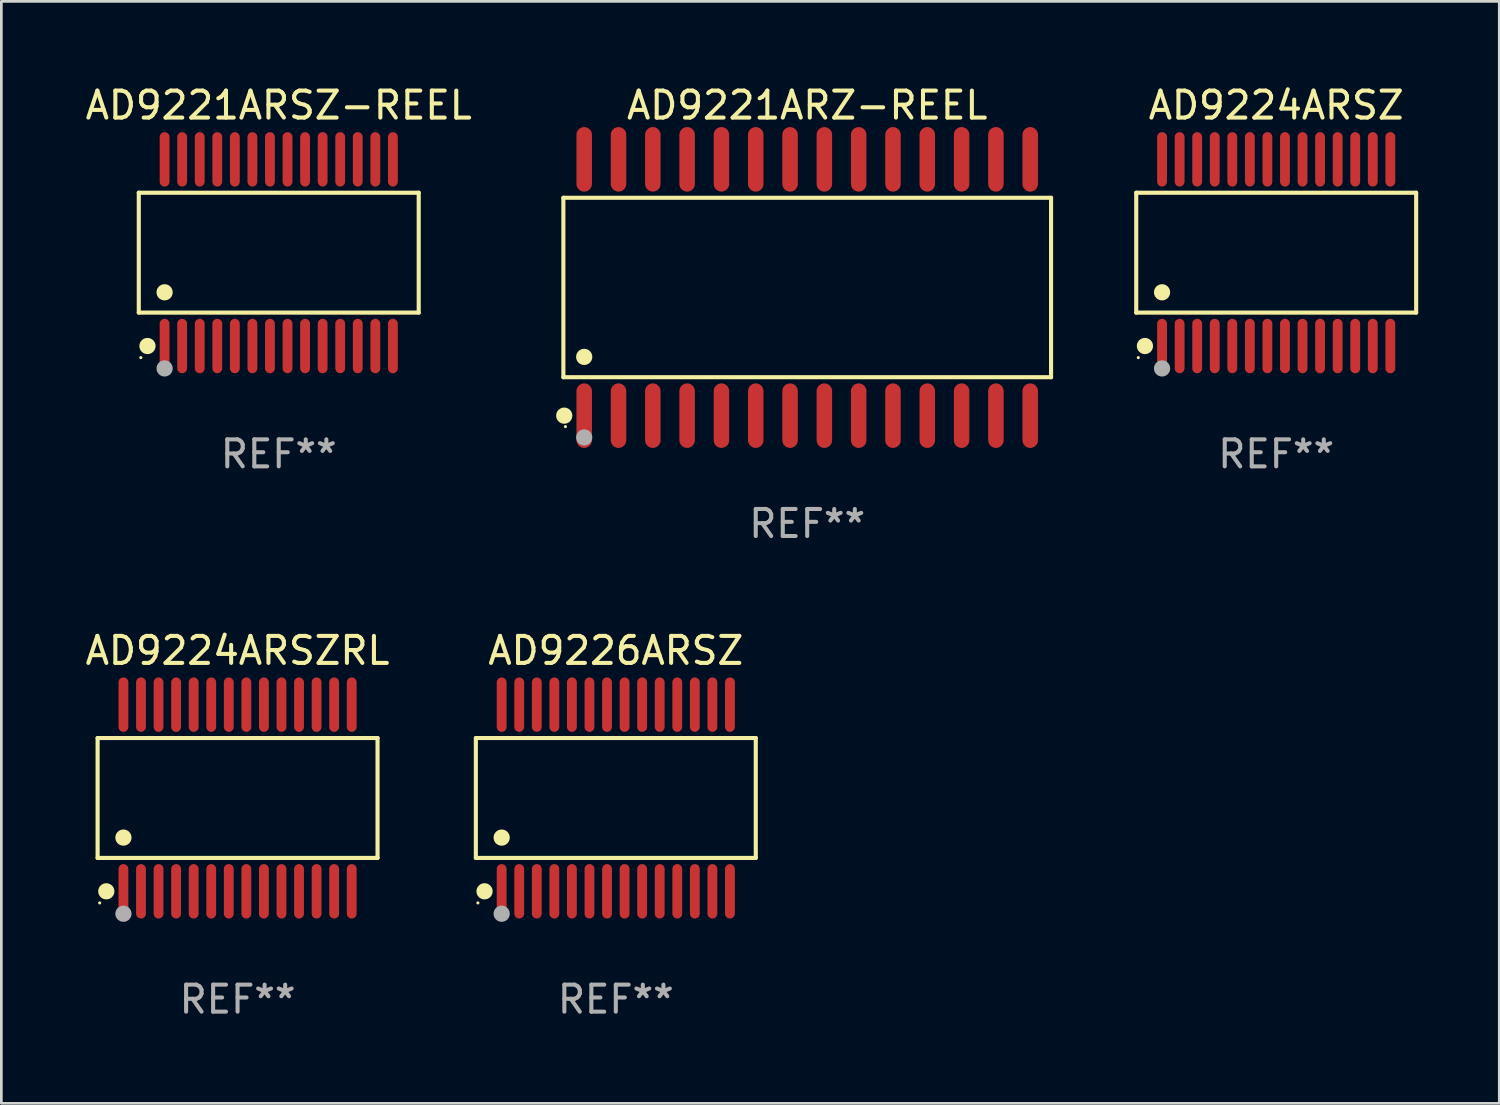
<source format=kicad_pcb>
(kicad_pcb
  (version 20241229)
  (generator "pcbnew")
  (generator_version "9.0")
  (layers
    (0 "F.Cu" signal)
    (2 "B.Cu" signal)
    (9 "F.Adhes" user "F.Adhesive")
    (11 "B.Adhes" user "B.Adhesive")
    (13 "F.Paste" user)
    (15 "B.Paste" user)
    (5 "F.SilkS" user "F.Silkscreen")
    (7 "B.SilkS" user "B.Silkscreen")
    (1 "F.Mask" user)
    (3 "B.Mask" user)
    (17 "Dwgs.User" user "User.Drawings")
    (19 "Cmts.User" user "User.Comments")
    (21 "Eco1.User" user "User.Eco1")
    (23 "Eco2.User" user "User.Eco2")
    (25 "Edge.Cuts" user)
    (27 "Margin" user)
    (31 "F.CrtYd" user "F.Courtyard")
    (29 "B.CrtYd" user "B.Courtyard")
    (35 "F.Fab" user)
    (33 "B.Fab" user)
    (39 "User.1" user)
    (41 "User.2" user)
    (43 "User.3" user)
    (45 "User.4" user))
  (footprint "AD9224ARSZ"
    (layer "F.Cu")
    (at 44.19 6.303)
    (property "Reference" "AD9224ARSZ" (at 0 -5.455 0) (layer "F.SilkS") (effects (font (size 1 1) (thickness 0.15))))
    (attr through_hole)
    (fp_line (start -5.181 -2.219) (end 5.181 -2.219) (stroke (width 0.152) (type solid)) (layer "F.SilkS"))
    (fp_line (start -5.181 2.219) (end -5.181 -2.219) (stroke (width 0.152) (type solid)) (layer "F.SilkS"))
    (fp_line (start 5.181 -2.219) (end 5.181 2.219) (stroke (width 0.152) (type solid)) (layer "F.SilkS"))
    (fp_line (start 5.181 2.219) (end -5.181 2.219) (stroke (width 0.152) (type solid)) (layer "F.SilkS"))
    (fp_circle (center -5.105 3.885) (end -5.075 3.885) (stroke (width 0.06) (type solid)) (fill no) (layer "F.SilkS"))
    (fp_circle (center -4.859 3.455) (end -4.709 3.455) (stroke (width 0.3) (type solid)) (fill no) (layer "F.SilkS"))
    (fp_circle (center -4.225 1.467) (end -4.075 1.467) (stroke (width 0.3) (type solid)) (fill no) (layer "F.SilkS"))
    (fp_circle (center -4.225 4.285) (end -4.075 4.285) (stroke (width 0.3) (type solid)) (fill no) (layer "F.Fab"))
    (fp_text user "REF**" (at 0 7.455 0) (layer "F.Fab") (effects (font (size 1 1) (thickness 0.15))))
    (pad "1" smd oval (at -4.225 3.455) (size 0.364 2.015) (layers "F.Cu" "F.Mask" "F.Paste"))
    (pad "2" smd oval (at -3.575 3.455) (size 0.364 2.015) (layers "F.Cu" "F.Mask" "F.Paste"))
    (pad "3" smd oval (at -2.925 3.455) (size 0.364 2.015) (layers "F.Cu" "F.Mask" "F.Paste"))
    (pad "4" smd oval (at -2.275 3.455) (size 0.364 2.015) (layers "F.Cu" "F.Mask" "F.Paste"))
    (pad "5" smd oval (at -1.625 3.455) (size 0.364 2.015) (layers "F.Cu" "F.Mask" "F.Paste"))
    (pad "6" smd oval (at -0.975 3.455) (size 0.364 2.015) (layers "F.Cu" "F.Mask" "F.Paste"))
    (pad "7" smd oval (at -0.325 3.455) (size 0.364 2.015) (layers "F.Cu" "F.Mask" "F.Paste"))
    (pad "8" smd oval (at 0.325 3.455) (size 0.364 2.015) (layers "F.Cu" "F.Mask" "F.Paste"))
    (pad "9" smd oval (at 0.975 3.455) (size 0.364 2.015) (layers "F.Cu" "F.Mask" "F.Paste"))
    (pad "10" smd oval (at 1.625 3.455) (size 0.364 2.015) (layers "F.Cu" "F.Mask" "F.Paste"))
    (pad "11" smd oval (at 2.275 3.455) (size 0.364 2.015) (layers "F.Cu" "F.Mask" "F.Paste"))
    (pad "12" smd oval (at 2.925 3.455) (size 0.364 2.015) (layers "F.Cu" "F.Mask" "F.Paste"))
    (pad "13" smd oval (at 3.575 3.455) (size 0.364 2.015) (layers "F.Cu" "F.Mask" "F.Paste"))
    (pad "14" smd oval (at 4.225 3.455) (size 0.364 2.015) (layers "F.Cu" "F.Mask" "F.Paste"))
    (pad "15" smd oval (at 4.225 -3.455) (size 0.364 2.015) (layers "F.Cu" "F.Mask" "F.Paste"))
    (pad "16" smd oval (at 3.575 -3.455) (size 0.364 2.015) (layers "F.Cu" "F.Mask" "F.Paste"))
    (pad "17" smd oval (at 2.925 -3.455) (size 0.364 2.015) (layers "F.Cu" "F.Mask" "F.Paste"))
    (pad "18" smd oval (at 2.275 -3.455) (size 0.364 2.015) (layers "F.Cu" "F.Mask" "F.Paste"))
    (pad "19" smd oval (at 1.625 -3.455) (size 0.364 2.015) (layers "F.Cu" "F.Mask" "F.Paste"))
    (pad "20" smd oval (at 0.975 -3.455) (size 0.364 2.015) (layers "F.Cu" "F.Mask" "F.Paste"))
    (pad "21" smd oval (at 0.325 -3.455) (size 0.364 2.015) (layers "F.Cu" "F.Mask" "F.Paste"))
    (pad "22" smd oval (at -0.325 -3.455) (size 0.364 2.015) (layers "F.Cu" "F.Mask" "F.Paste"))
    (pad "23" smd oval (at -0.975 -3.455) (size 0.364 2.015) (layers "F.Cu" "F.Mask" "F.Paste"))
    (pad "24" smd oval (at -1.625 -3.455) (size 0.364 2.015) (layers "F.Cu" "F.Mask" "F.Paste"))
    (pad "25" smd oval (at -2.275 -3.455) (size 0.364 2.015) (layers "F.Cu" "F.Mask" "F.Paste"))
    (pad "26" smd oval (at -2.925 -3.455) (size 0.364 2.015) (layers "F.Cu" "F.Mask" "F.Paste"))
    (pad "27" smd oval (at -3.575 -3.455) (size 0.364 2.015) (layers "F.Cu" "F.Mask" "F.Paste"))
    (pad "28" smd oval (at -4.225 -3.455) (size 0.364 2.015) (layers "F.Cu" "F.Mask" "F.Paste")))
  (footprint "AD9224ARSZRL"
    (layer "F.Cu")
    (at 5.744 26.488)
    (property "Reference" "AD9224ARSZRL" (at 0 -5.455 0) (layer "F.SilkS") (effects (font (size 1 1) (thickness 0.15))))
    (attr through_hole)
    (fp_line (start -5.181 -2.219) (end 5.181 -2.219) (stroke (width 0.152) (type solid)) (layer "F.SilkS"))
    (fp_line (start -5.181 2.219) (end -5.181 -2.219) (stroke (width 0.152) (type solid)) (layer "F.SilkS"))
    (fp_line (start 5.181 -2.219) (end 5.181 2.219) (stroke (width 0.152) (type solid)) (layer "F.SilkS"))
    (fp_line (start 5.181 2.219) (end -5.181 2.219) (stroke (width 0.152) (type solid)) (layer "F.SilkS"))
    (fp_circle (center -5.105 3.885) (end -5.075 3.885) (stroke (width 0.06) (type solid)) (fill no) (layer "F.SilkS"))
    (fp_circle (center -4.859 3.455) (end -4.709 3.455) (stroke (width 0.3) (type solid)) (fill no) (layer "F.SilkS"))
    (fp_circle (center -4.225 1.467) (end -4.075 1.467) (stroke (width 0.3) (type solid)) (fill no) (layer "F.SilkS"))
    (fp_circle (center -4.225 4.285) (end -4.075 4.285) (stroke (width 0.3) (type solid)) (fill no) (layer "F.Fab"))
    (fp_text user "REF**" (at 0 7.455 0) (layer "F.Fab") (effects (font (size 1 1) (thickness 0.15))))
    (pad "1" smd oval (at -4.225 3.455) (size 0.364 2.015) (layers "F.Cu" "F.Mask" "F.Paste"))
    (pad "2" smd oval (at -3.575 3.455) (size 0.364 2.015) (layers "F.Cu" "F.Mask" "F.Paste"))
    (pad "3" smd oval (at -2.925 3.455) (size 0.364 2.015) (layers "F.Cu" "F.Mask" "F.Paste"))
    (pad "4" smd oval (at -2.275 3.455) (size 0.364 2.015) (layers "F.Cu" "F.Mask" "F.Paste"))
    (pad "5" smd oval (at -1.625 3.455) (size 0.364 2.015) (layers "F.Cu" "F.Mask" "F.Paste"))
    (pad "6" smd oval (at -0.975 3.455) (size 0.364 2.015) (layers "F.Cu" "F.Mask" "F.Paste"))
    (pad "7" smd oval (at -0.325 3.455) (size 0.364 2.015) (layers "F.Cu" "F.Mask" "F.Paste"))
    (pad "8" smd oval (at 0.325 3.455) (size 0.364 2.015) (layers "F.Cu" "F.Mask" "F.Paste"))
    (pad "9" smd oval (at 0.975 3.455) (size 0.364 2.015) (layers "F.Cu" "F.Mask" "F.Paste"))
    (pad "10" smd oval (at 1.625 3.455) (size 0.364 2.015) (layers "F.Cu" "F.Mask" "F.Paste"))
    (pad "11" smd oval (at 2.275 3.455) (size 0.364 2.015) (layers "F.Cu" "F.Mask" "F.Paste"))
    (pad "12" smd oval (at 2.925 3.455) (size 0.364 2.015) (layers "F.Cu" "F.Mask" "F.Paste"))
    (pad "13" smd oval (at 3.575 3.455) (size 0.364 2.015) (layers "F.Cu" "F.Mask" "F.Paste"))
    (pad "14" smd oval (at 4.225 3.455) (size 0.364 2.015) (layers "F.Cu" "F.Mask" "F.Paste"))
    (pad "15" smd oval (at 4.225 -3.455) (size 0.364 2.015) (layers "F.Cu" "F.Mask" "F.Paste"))
    (pad "16" smd oval (at 3.575 -3.455) (size 0.364 2.015) (layers "F.Cu" "F.Mask" "F.Paste"))
    (pad "17" smd oval (at 2.925 -3.455) (size 0.364 2.015) (layers "F.Cu" "F.Mask" "F.Paste"))
    (pad "18" smd oval (at 2.275 -3.455) (size 0.364 2.015) (layers "F.Cu" "F.Mask" "F.Paste"))
    (pad "19" smd oval (at 1.625 -3.455) (size 0.364 2.015) (layers "F.Cu" "F.Mask" "F.Paste"))
    (pad "20" smd oval (at 0.975 -3.455) (size 0.364 2.015) (layers "F.Cu" "F.Mask" "F.Paste"))
    (pad "21" smd oval (at 0.325 -3.455) (size 0.364 2.015) (layers "F.Cu" "F.Mask" "F.Paste"))
    (pad "22" smd oval (at -0.325 -3.455) (size 0.364 2.015) (layers "F.Cu" "F.Mask" "F.Paste"))
    (pad "23" smd oval (at -0.975 -3.455) (size 0.364 2.015) (layers "F.Cu" "F.Mask" "F.Paste"))
    (pad "24" smd oval (at -1.625 -3.455) (size 0.364 2.015) (layers "F.Cu" "F.Mask" "F.Paste"))
    (pad "25" smd oval (at -2.275 -3.455) (size 0.364 2.015) (layers "F.Cu" "F.Mask" "F.Paste"))
    (pad "26" smd oval (at -2.925 -3.455) (size 0.364 2.015) (layers "F.Cu" "F.Mask" "F.Paste"))
    (pad "27" smd oval (at -3.575 -3.455) (size 0.364 2.015) (layers "F.Cu" "F.Mask" "F.Paste"))
    (pad "28" smd oval (at -4.225 -3.455) (size 0.364 2.015) (layers "F.Cu" "F.Mask" "F.Paste")))
  (footprint "AD9221ARZ-REEL"
    (layer "F.Cu")
    (at 26.83 7.592)
    (property "Reference" "AD9221ARZ-REEL" (at 0 -6.744 0) (layer "F.SilkS") (effects (font (size 1 1) (thickness 0.15))))
    (attr through_hole)
    (fp_line (start -9.026 -3.321) (end 9.026 -3.321) (stroke (width 0.152) (type solid)) (layer "F.SilkS"))
    (fp_line (start -9.026 3.321) (end -9.026 -3.321) (stroke (width 0.152) (type solid)) (layer "F.SilkS"))
    (fp_line (start 9.026 -3.321) (end 9.026 3.321) (stroke (width 0.152) (type solid)) (layer "F.SilkS"))
    (fp_line (start 9.026 3.321) (end -9.026 3.321) (stroke (width 0.152) (type solid)) (layer "F.SilkS"))
    (fp_circle (center -8.994 4.744) (end -8.844 4.744) (stroke (width 0.3) (type solid)) (fill no) (layer "F.SilkS"))
    (fp_circle (center -8.95 5.15) (end -8.92 5.15) (stroke (width 0.06) (type solid)) (fill no) (layer "F.SilkS"))
    (fp_circle (center -8.255 2.569) (end -8.105 2.569) (stroke (width 0.3) (type solid)) (fill no) (layer "F.SilkS"))
    (fp_circle (center -8.255 5.55) (end -8.105 5.55) (stroke (width 0.3) (type solid)) (fill no) (layer "F.Fab"))
    (fp_text user "REF**" (at 0 8.744 0) (layer "F.Fab") (effects (font (size 1 1) (thickness 0.15))))
    (pad "1" smd oval (at -8.255 4.744) (size 0.574 2.388) (layers "F.Cu" "F.Mask" "F.Paste"))
    (pad "2" smd oval (at -6.985 4.744) (size 0.574 2.388) (layers "F.Cu" "F.Mask" "F.Paste"))
    (pad "3" smd oval (at -5.715 4.744) (size 0.574 2.388) (layers "F.Cu" "F.Mask" "F.Paste"))
    (pad "4" smd oval (at -4.445 4.744) (size 0.574 2.388) (layers "F.Cu" "F.Mask" "F.Paste"))
    (pad "5" smd oval (at -3.175 4.744) (size 0.574 2.388) (layers "F.Cu" "F.Mask" "F.Paste"))
    (pad "6" smd oval (at -1.905 4.744) (size 0.574 2.388) (layers "F.Cu" "F.Mask" "F.Paste"))
    (pad "7" smd oval (at -0.635 4.744) (size 0.574 2.388) (layers "F.Cu" "F.Mask" "F.Paste"))
    (pad "8" smd oval (at 0.635 4.744) (size 0.574 2.388) (layers "F.Cu" "F.Mask" "F.Paste"))
    (pad "9" smd oval (at 1.905 4.744) (size 0.574 2.388) (layers "F.Cu" "F.Mask" "F.Paste"))
    (pad "10" smd oval (at 3.175 4.744) (size 0.574 2.388) (layers "F.Cu" "F.Mask" "F.Paste"))
    (pad "11" smd oval (at 4.445 4.744) (size 0.574 2.388) (layers "F.Cu" "F.Mask" "F.Paste"))
    (pad "12" smd oval (at 5.715 4.744) (size 0.574 2.388) (layers "F.Cu" "F.Mask" "F.Paste"))
    (pad "13" smd oval (at 6.985 4.744) (size 0.574 2.388) (layers "F.Cu" "F.Mask" "F.Paste"))
    (pad "14" smd oval (at 8.255 4.744) (size 0.574 2.388) (layers "F.Cu" "F.Mask" "F.Paste"))
    (pad "15" smd oval (at 8.255 -4.744) (size 0.574 2.388) (layers "F.Cu" "F.Mask" "F.Paste"))
    (pad "16" smd oval (at 6.985 -4.744) (size 0.574 2.388) (layers "F.Cu" "F.Mask" "F.Paste"))
    (pad "17" smd oval (at 5.715 -4.744) (size 0.574 2.388) (layers "F.Cu" "F.Mask" "F.Paste"))
    (pad "18" smd oval (at 4.445 -4.744) (size 0.574 2.388) (layers "F.Cu" "F.Mask" "F.Paste"))
    (pad "19" smd oval (at 3.175 -4.744) (size 0.574 2.388) (layers "F.Cu" "F.Mask" "F.Paste"))
    (pad "20" smd oval (at 1.905 -4.744) (size 0.574 2.388) (layers "F.Cu" "F.Mask" "F.Paste"))
    (pad "21" smd oval (at 0.635 -4.744) (size 0.574 2.388) (layers "F.Cu" "F.Mask" "F.Paste"))
    (pad "22" smd oval (at -0.635 -4.744) (size 0.574 2.388) (layers "F.Cu" "F.Mask" "F.Paste"))
    (pad "23" smd oval (at -1.905 -4.744) (size 0.574 2.388) (layers "F.Cu" "F.Mask" "F.Paste"))
    (pad "24" smd oval (at -3.175 -4.744) (size 0.574 2.388) (layers "F.Cu" "F.Mask" "F.Paste"))
    (pad "25" smd oval (at -4.445 -4.744) (size 0.574 2.388) (layers "F.Cu" "F.Mask" "F.Paste"))
    (pad "26" smd oval (at -5.715 -4.744) (size 0.574 2.388) (layers "F.Cu" "F.Mask" "F.Paste"))
    (pad "27" smd oval (at -6.985 -4.744) (size 0.574 2.388) (layers "F.Cu" "F.Mask" "F.Paste"))
    (pad "28" smd oval (at -8.255 -4.744) (size 0.574 2.388) (layers "F.Cu" "F.Mask" "F.Paste")))
  (footprint "AD9226ARSZ"
    (layer "F.Cu")
    (at 19.745 26.488)
    (property "Reference" "AD9226ARSZ" (at 0 -5.455 0) (layer "F.SilkS") (effects (font (size 1 1) (thickness 0.15))))
    (attr through_hole)
    (fp_line (start -5.181 -2.219) (end 5.181 -2.219) (stroke (width 0.152) (type solid)) (layer "F.SilkS"))
    (fp_line (start -5.181 2.219) (end -5.181 -2.219) (stroke (width 0.152) (type solid)) (layer "F.SilkS"))
    (fp_line (start 5.181 -2.219) (end 5.181 2.219) (stroke (width 0.152) (type solid)) (layer "F.SilkS"))
    (fp_line (start 5.181 2.219) (end -5.181 2.219) (stroke (width 0.152) (type solid)) (layer "F.SilkS"))
    (fp_circle (center -5.105 3.885) (end -5.075 3.885) (stroke (width 0.06) (type solid)) (fill no) (layer "F.SilkS"))
    (fp_circle (center -4.859 3.455) (end -4.709 3.455) (stroke (width 0.3) (type solid)) (fill no) (layer "F.SilkS"))
    (fp_circle (center -4.225 1.467) (end -4.075 1.467) (stroke (width 0.3) (type solid)) (fill no) (layer "F.SilkS"))
    (fp_circle (center -4.225 4.285) (end -4.075 4.285) (stroke (width 0.3) (type solid)) (fill no) (layer "F.Fab"))
    (fp_text user "REF**" (at 0 7.455 0) (layer "F.Fab") (effects (font (size 1 1) (thickness 0.15))))
    (pad "1" smd oval (at -4.225 3.455) (size 0.364 2.015) (layers "F.Cu" "F.Mask" "F.Paste"))
    (pad "2" smd oval (at -3.575 3.455) (size 0.364 2.015) (layers "F.Cu" "F.Mask" "F.Paste"))
    (pad "3" smd oval (at -2.925 3.455) (size 0.364 2.015) (layers "F.Cu" "F.Mask" "F.Paste"))
    (pad "4" smd oval (at -2.275 3.455) (size 0.364 2.015) (layers "F.Cu" "F.Mask" "F.Paste"))
    (pad "5" smd oval (at -1.625 3.455) (size 0.364 2.015) (layers "F.Cu" "F.Mask" "F.Paste"))
    (pad "6" smd oval (at -0.975 3.455) (size 0.364 2.015) (layers "F.Cu" "F.Mask" "F.Paste"))
    (pad "7" smd oval (at -0.325 3.455) (size 0.364 2.015) (layers "F.Cu" "F.Mask" "F.Paste"))
    (pad "8" smd oval (at 0.325 3.455) (size 0.364 2.015) (layers "F.Cu" "F.Mask" "F.Paste"))
    (pad "9" smd oval (at 0.975 3.455) (size 0.364 2.015) (layers "F.Cu" "F.Mask" "F.Paste"))
    (pad "10" smd oval (at 1.625 3.455) (size 0.364 2.015) (layers "F.Cu" "F.Mask" "F.Paste"))
    (pad "11" smd oval (at 2.275 3.455) (size 0.364 2.015) (layers "F.Cu" "F.Mask" "F.Paste"))
    (pad "12" smd oval (at 2.925 3.455) (size 0.364 2.015) (layers "F.Cu" "F.Mask" "F.Paste"))
    (pad "13" smd oval (at 3.575 3.455) (size 0.364 2.015) (layers "F.Cu" "F.Mask" "F.Paste"))
    (pad "14" smd oval (at 4.225 3.455) (size 0.364 2.015) (layers "F.Cu" "F.Mask" "F.Paste"))
    (pad "15" smd oval (at 4.225 -3.455) (size 0.364 2.015) (layers "F.Cu" "F.Mask" "F.Paste"))
    (pad "16" smd oval (at 3.575 -3.455) (size 0.364 2.015) (layers "F.Cu" "F.Mask" "F.Paste"))
    (pad "17" smd oval (at 2.925 -3.455) (size 0.364 2.015) (layers "F.Cu" "F.Mask" "F.Paste"))
    (pad "18" smd oval (at 2.275 -3.455) (size 0.364 2.015) (layers "F.Cu" "F.Mask" "F.Paste"))
    (pad "19" smd oval (at 1.625 -3.455) (size 0.364 2.015) (layers "F.Cu" "F.Mask" "F.Paste"))
    (pad "20" smd oval (at 0.975 -3.455) (size 0.364 2.015) (layers "F.Cu" "F.Mask" "F.Paste"))
    (pad "21" smd oval (at 0.325 -3.455) (size 0.364 2.015) (layers "F.Cu" "F.Mask" "F.Paste"))
    (pad "22" smd oval (at -0.325 -3.455) (size 0.364 2.015) (layers "F.Cu" "F.Mask" "F.Paste"))
    (pad "23" smd oval (at -0.975 -3.455) (size 0.364 2.015) (layers "F.Cu" "F.Mask" "F.Paste"))
    (pad "24" smd oval (at -1.625 -3.455) (size 0.364 2.015) (layers "F.Cu" "F.Mask" "F.Paste"))
    (pad "25" smd oval (at -2.275 -3.455) (size 0.364 2.015) (layers "F.Cu" "F.Mask" "F.Paste"))
    (pad "26" smd oval (at -2.925 -3.455) (size 0.364 2.015) (layers "F.Cu" "F.Mask" "F.Paste"))
    (pad "27" smd oval (at -3.575 -3.455) (size 0.364 2.015) (layers "F.Cu" "F.Mask" "F.Paste"))
    (pad "28" smd oval (at -4.225 -3.455) (size 0.364 2.015) (layers "F.Cu" "F.Mask" "F.Paste")))
  (footprint "AD9221ARSZ-REEL"
    (layer "F.Cu")
    (at 7.268 6.303)
    (property "Reference" "AD9221ARSZ-REEL" (at 0 -5.455 0) (layer "F.SilkS") (effects (font (size 1 1) (thickness 0.15))))
    (attr through_hole)
    (fp_line (start -5.181 -2.219) (end 5.181 -2.219) (stroke (width 0.152) (type solid)) (layer "F.SilkS"))
    (fp_line (start -5.181 2.219) (end -5.181 -2.219) (stroke (width 0.152) (type solid)) (layer "F.SilkS"))
    (fp_line (start 5.181 -2.219) (end 5.181 2.219) (stroke (width 0.152) (type solid)) (layer "F.SilkS"))
    (fp_line (start 5.181 2.219) (end -5.181 2.219) (stroke (width 0.152) (type solid)) (layer "F.SilkS"))
    (fp_circle (center -5.105 3.885) (end -5.075 3.885) (stroke (width 0.06) (type solid)) (fill no) (layer "F.SilkS"))
    (fp_circle (center -4.859 3.455) (end -4.709 3.455) (stroke (width 0.3) (type solid)) (fill no) (layer "F.SilkS"))
    (fp_circle (center -4.225 1.467) (end -4.075 1.467) (stroke (width 0.3) (type solid)) (fill no) (layer "F.SilkS"))
    (fp_circle (center -4.225 4.285) (end -4.075 4.285) (stroke (width 0.3) (type solid)) (fill no) (layer "F.Fab"))
    (fp_text user "REF**" (at 0 7.455 0) (layer "F.Fab") (effects (font (size 1 1) (thickness 0.15))))
    (pad "1" smd oval (at -4.225 3.455) (size 0.364 2.015) (layers "F.Cu" "F.Mask" "F.Paste"))
    (pad "2" smd oval (at -3.575 3.455) (size 0.364 2.015) (layers "F.Cu" "F.Mask" "F.Paste"))
    (pad "3" smd oval (at -2.925 3.455) (size 0.364 2.015) (layers "F.Cu" "F.Mask" "F.Paste"))
    (pad "4" smd oval (at -2.275 3.455) (size 0.364 2.015) (layers "F.Cu" "F.Mask" "F.Paste"))
    (pad "5" smd oval (at -1.625 3.455) (size 0.364 2.015) (layers "F.Cu" "F.Mask" "F.Paste"))
    (pad "6" smd oval (at -0.975 3.455) (size 0.364 2.015) (layers "F.Cu" "F.Mask" "F.Paste"))
    (pad "7" smd oval (at -0.325 3.455) (size 0.364 2.015) (layers "F.Cu" "F.Mask" "F.Paste"))
    (pad "8" smd oval (at 0.325 3.455) (size 0.364 2.015) (layers "F.Cu" "F.Mask" "F.Paste"))
    (pad "9" smd oval (at 0.975 3.455) (size 0.364 2.015) (layers "F.Cu" "F.Mask" "F.Paste"))
    (pad "10" smd oval (at 1.625 3.455) (size 0.364 2.015) (layers "F.Cu" "F.Mask" "F.Paste"))
    (pad "11" smd oval (at 2.275 3.455) (size 0.364 2.015) (layers "F.Cu" "F.Mask" "F.Paste"))
    (pad "12" smd oval (at 2.925 3.455) (size 0.364 2.015) (layers "F.Cu" "F.Mask" "F.Paste"))
    (pad "13" smd oval (at 3.575 3.455) (size 0.364 2.015) (layers "F.Cu" "F.Mask" "F.Paste"))
    (pad "14" smd oval (at 4.225 3.455) (size 0.364 2.015) (layers "F.Cu" "F.Mask" "F.Paste"))
    (pad "15" smd oval (at 4.225 -3.455) (size 0.364 2.015) (layers "F.Cu" "F.Mask" "F.Paste"))
    (pad "16" smd oval (at 3.575 -3.455) (size 0.364 2.015) (layers "F.Cu" "F.Mask" "F.Paste"))
    (pad "17" smd oval (at 2.925 -3.455) (size 0.364 2.015) (layers "F.Cu" "F.Mask" "F.Paste"))
    (pad "18" smd oval (at 2.275 -3.455) (size 0.364 2.015) (layers "F.Cu" "F.Mask" "F.Paste"))
    (pad "19" smd oval (at 1.625 -3.455) (size 0.364 2.015) (layers "F.Cu" "F.Mask" "F.Paste"))
    (pad "20" smd oval (at 0.975 -3.455) (size 0.364 2.015) (layers "F.Cu" "F.Mask" "F.Paste"))
    (pad "21" smd oval (at 0.325 -3.455) (size 0.364 2.015) (layers "F.Cu" "F.Mask" "F.Paste"))
    (pad "22" smd oval (at -0.325 -3.455) (size 0.364 2.015) (layers "F.Cu" "F.Mask" "F.Paste"))
    (pad "23" smd oval (at -0.975 -3.455) (size 0.364 2.015) (layers "F.Cu" "F.Mask" "F.Paste"))
    (pad "24" smd oval (at -1.625 -3.455) (size 0.364 2.015) (layers "F.Cu" "F.Mask" "F.Paste"))
    (pad "25" smd oval (at -2.275 -3.455) (size 0.364 2.015) (layers "F.Cu" "F.Mask" "F.Paste"))
    (pad "26" smd oval (at -2.925 -3.455) (size 0.364 2.015) (layers "F.Cu" "F.Mask" "F.Paste"))
    (pad "27" smd oval (at -3.575 -3.455) (size 0.364 2.015) (layers "F.Cu" "F.Mask" "F.Paste"))
    (pad "28" smd oval (at -4.225 -3.455) (size 0.364 2.015) (layers "F.Cu" "F.Mask" "F.Paste")))
  (gr_rect
    (start -3 -3)
    (end 52.447 37.791)
    (stroke (width 0.1) (type default))
    (fill no)
    (layer "Edge.Cuts")))
</source>
